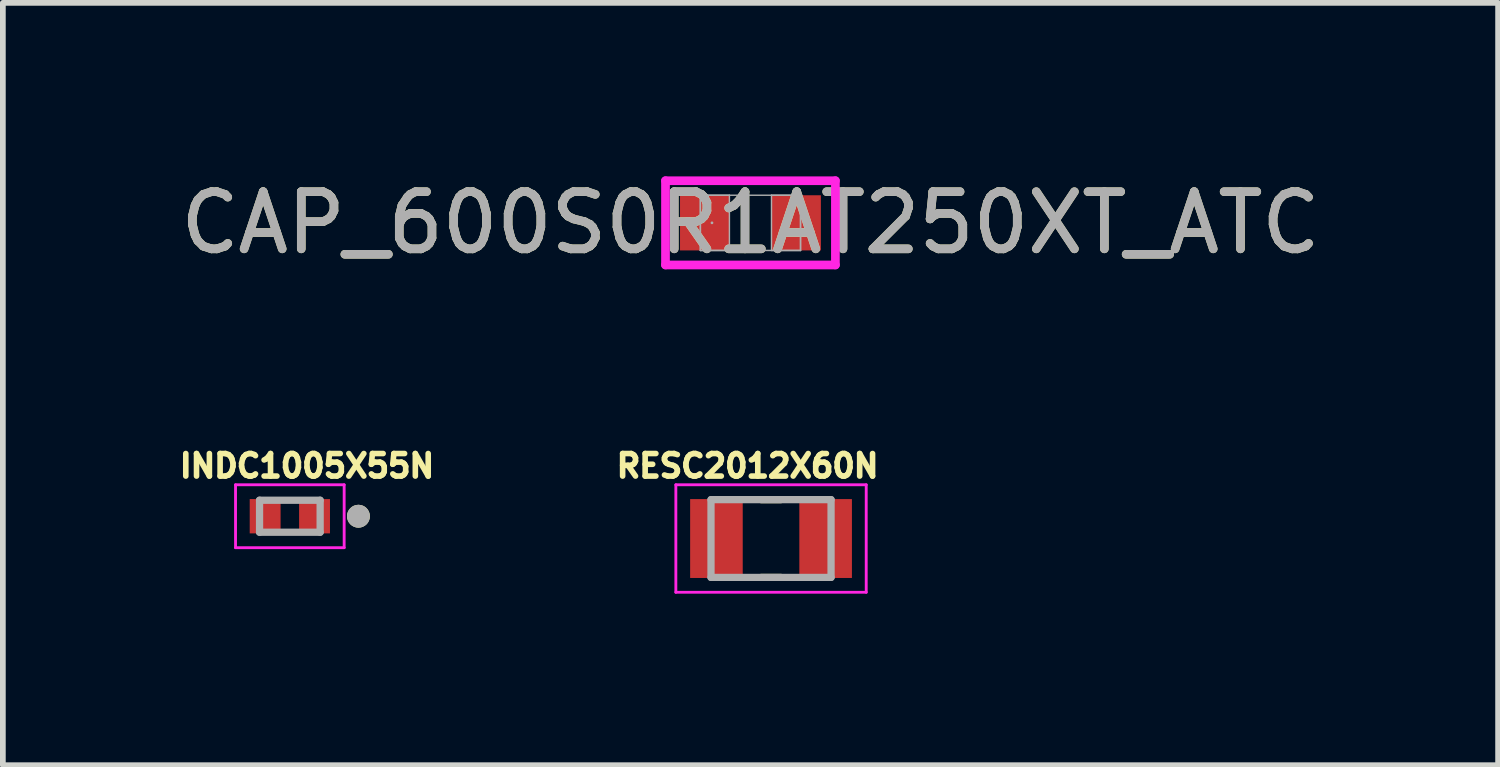
<source format=kicad_pcb>
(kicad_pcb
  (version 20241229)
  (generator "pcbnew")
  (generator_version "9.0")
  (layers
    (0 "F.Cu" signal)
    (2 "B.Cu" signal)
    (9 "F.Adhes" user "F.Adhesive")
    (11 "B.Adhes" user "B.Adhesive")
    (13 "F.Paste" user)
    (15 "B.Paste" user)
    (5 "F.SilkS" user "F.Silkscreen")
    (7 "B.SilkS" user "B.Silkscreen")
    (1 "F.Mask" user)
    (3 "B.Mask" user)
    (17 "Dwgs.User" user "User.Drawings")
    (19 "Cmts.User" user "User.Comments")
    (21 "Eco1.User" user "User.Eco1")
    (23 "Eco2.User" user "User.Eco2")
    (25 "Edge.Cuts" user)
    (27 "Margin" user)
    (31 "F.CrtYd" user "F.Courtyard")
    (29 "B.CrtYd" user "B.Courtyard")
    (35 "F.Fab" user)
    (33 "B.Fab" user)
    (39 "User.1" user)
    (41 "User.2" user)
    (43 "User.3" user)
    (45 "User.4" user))
  (footprint "INDC1005X55N"
    (layer "F.Cu")
    (at 2.02 5.98)
    (property "Reference" "INDC1005X55N" (at 0.3 -0.88 0) (layer "F.SilkS") (effects (font (size 0.394 0.394) (thickness 0.098))))
    (attr smd)
    (fp_circle (center 1.2 0) (end 1.3 0) (stroke (width 0.2) (type solid)) (fill no) (layer "F.SilkS"))
    (fp_line (start -0.95 -0.55) (end 0.95 -0.55) (stroke (width 0.05) (type solid)) (layer "F.CrtYd"))
    (fp_line (start -0.95 0.55) (end -0.95 -0.55) (stroke (width 0.05) (type solid)) (layer "F.CrtYd"))
    (fp_line (start -0.95 0.55) (end 0.95 0.55) (stroke (width 0.05) (type solid)) (layer "F.CrtYd"))
    (fp_line (start 0.95 0.55) (end 0.95 -0.55) (stroke (width 0.05) (type solid)) (layer "F.CrtYd"))
    (fp_line (start -0.53 0.28) (end -0.53 -0.28) (stroke (width 0.127) (type solid)) (layer "F.Fab"))
    (fp_line (start 0.53 -0.28) (end -0.53 -0.28) (stroke (width 0.127) (type solid)) (layer "F.Fab"))
    (fp_line (start 0.53 0.28) (end -0.53 0.28) (stroke (width 0.127) (type solid)) (layer "F.Fab"))
    (fp_line (start 0.53 0.28) (end 0.53 -0.28) (stroke (width 0.127) (type solid)) (layer "F.Fab"))
    (fp_circle (center 1.2 0) (end 1.3 0) (stroke (width 0.2) (type solid)) (fill no) (layer "F.Fab"))
    (pad "1" smd rect (at -0.432 0) (size 0.54 0.6) (layers "F.Cu" "F.Mask" "F.Paste"))
    (pad "2" smd rect (at 0.432 0) (size 0.54 0.6) (layers "F.Cu" "F.Mask" "F.Paste")))
  (footprint "RESC2012X60N"
    (layer "F.Cu")
    (at 10.437 6.37)
    (property "Reference" "RESC2012X60N" (at -0.41 -1.27 0) (layer "F.SilkS") (effects (font (size 0.394 0.394) (thickness 0.098))))
    (attr smd)
    (fp_line (start -0.17 -0.68) (end 0.17 -0.68) (stroke (width 0.127) (type solid)) (layer "F.SilkS"))
    (fp_line (start -0.17 0.68) (end 0.17 0.68) (stroke (width 0.127) (type solid)) (layer "F.SilkS"))
    (fp_line (start -1.665 -0.94) (end 1.665 -0.94) (stroke (width 0.05) (type solid)) (layer "F.CrtYd"))
    (fp_line (start -1.665 0.94) (end -1.665 -0.94) (stroke (width 0.05) (type solid)) (layer "F.CrtYd"))
    (fp_line (start -1.665 0.94) (end 1.665 0.94) (stroke (width 0.05) (type solid)) (layer "F.CrtYd"))
    (fp_line (start 1.665 0.94) (end 1.665 -0.94) (stroke (width 0.05) (type solid)) (layer "F.CrtYd"))
    (fp_line (start -1.05 0.68) (end -1.05 -0.68) (stroke (width 0.127) (type solid)) (layer "F.Fab"))
    (fp_line (start 1.05 -0.68) (end -1.05 -0.68) (stroke (width 0.127) (type solid)) (layer "F.Fab"))
    (fp_line (start 1.05 0.68) (end -1.05 0.68) (stroke (width 0.127) (type solid)) (layer "F.Fab"))
    (fp_line (start 1.05 0.68) (end 1.05 -0.68) (stroke (width 0.127) (type solid)) (layer "F.Fab"))
    (pad "1" smd rect (at -0.955 0) (size 0.92 1.38) (layers "F.Cu" "F.Mask" "F.Paste"))
    (pad "2" smd rect (at 0.955 0) (size 0.92 1.38) (layers "F.Cu" "F.Mask" "F.Paste")))
  (footprint "CAP_600S0R1AT250XT_ATC"
    (layer "F.Cu")
    (at 10.077 0.848)
    (property "Reference" "CAP_600S0R1AT250XT_ATC" (at 0 0 0) (unlocked yes) (layer "F.SilkS") (effects (font (size 1 1) (thickness 0.15))))
    (attr smd)
    (fp_line (start -1.486 -0.737) (end 1.486 -0.737) (stroke (width 0.152) (type solid)) (layer "F.CrtYd"))
    (fp_line (start -1.486 0.737) (end -1.486 -0.737) (stroke (width 0.152) (type solid)) (layer "F.CrtYd"))
    (fp_line (start 1.486 -0.737) (end 1.486 0.737) (stroke (width 0.152) (type solid)) (layer "F.CrtYd"))
    (fp_line (start 1.486 0.737) (end -1.486 0.737) (stroke (width 0.152) (type solid)) (layer "F.CrtYd"))
    (fp_line (start -0.876 -0.483) (end -0.876 0.483) (stroke (width 0.025) (type solid)) (layer "F.Fab"))
    (fp_line (start -0.876 -0.483) (end -0.876 0.483) (stroke (width 0.025) (type solid)) (layer "F.Fab"))
    (fp_line (start -0.876 0.483) (end -0.368 0.483) (stroke (width 0.025) (type solid)) (layer "F.Fab"))
    (fp_line (start -0.876 0.483) (end 0.876 0.483) (stroke (width 0.025) (type solid)) (layer "F.Fab"))
    (fp_line (start -0.368 -0.483) (end -0.876 -0.483) (stroke (width 0.025) (type solid)) (layer "F.Fab"))
    (fp_line (start -0.368 0.483) (end -0.368 -0.483) (stroke (width 0.025) (type solid)) (layer "F.Fab"))
    (fp_line (start 0.368 -0.483) (end 0.368 0.483) (stroke (width 0.025) (type solid)) (layer "F.Fab"))
    (fp_line (start 0.368 0.483) (end 0.876 0.483) (stroke (width 0.025) (type solid)) (layer "F.Fab"))
    (fp_line (start 0.876 -0.483) (end -0.876 -0.483) (stroke (width 0.025) (type solid)) (layer "F.Fab"))
    (fp_line (start 0.876 -0.483) (end 0.368 -0.483) (stroke (width 0.025) (type solid)) (layer "F.Fab"))
    (fp_line (start 0.876 0.483) (end 0.876 -0.483) (stroke (width 0.025) (type solid)) (layer "F.Fab"))
    (fp_line (start 0.876 0.483) (end 0.876 -0.483) (stroke (width 0.025) (type solid)) (layer "F.Fab"))
    (fp_circle (center -0.673 0) (end -0.673 0) (stroke (width 0.025) (type solid)) (fill no) (layer "F.Fab"))
    (fp_text user "${REFERENCE}" (at 0 0 0) (unlocked yes) (layer "F.Fab") (effects (font (size 1 1) (thickness 0.15))))
    (pad "1" smd rect (at -0.8 0) (size 0.864 0.965) (layers "F.Cu" "F.Mask" "F.Paste"))
    (pad "2" smd rect (at 0.8 0) (size 0.864 0.965) (layers "F.Cu" "F.Mask" "F.Paste"))
    (zone (net_name "") (layer "F.Cu") (hatch full 0.508) (connect_pads) (min_thickness 0.254) (filled_areas_thickness no) (keepout (tracks not_allowed) (vias not_allowed) (pads allowed) (copperpour not_allowed) (footprints allowed)) (placement (enabled no)) (fill) (polygon (pts (xy 9.76 0.416) (xy 10.395 0.416) (xy 10.395 1.28) (xy 9.76 1.28)))))
  (gr_rect
    (start -3 -3)
    (end 23.155 10.335)
    (stroke (width 0.1) (type default))
    (fill no)
    (layer "Edge.Cuts")))
</source>
